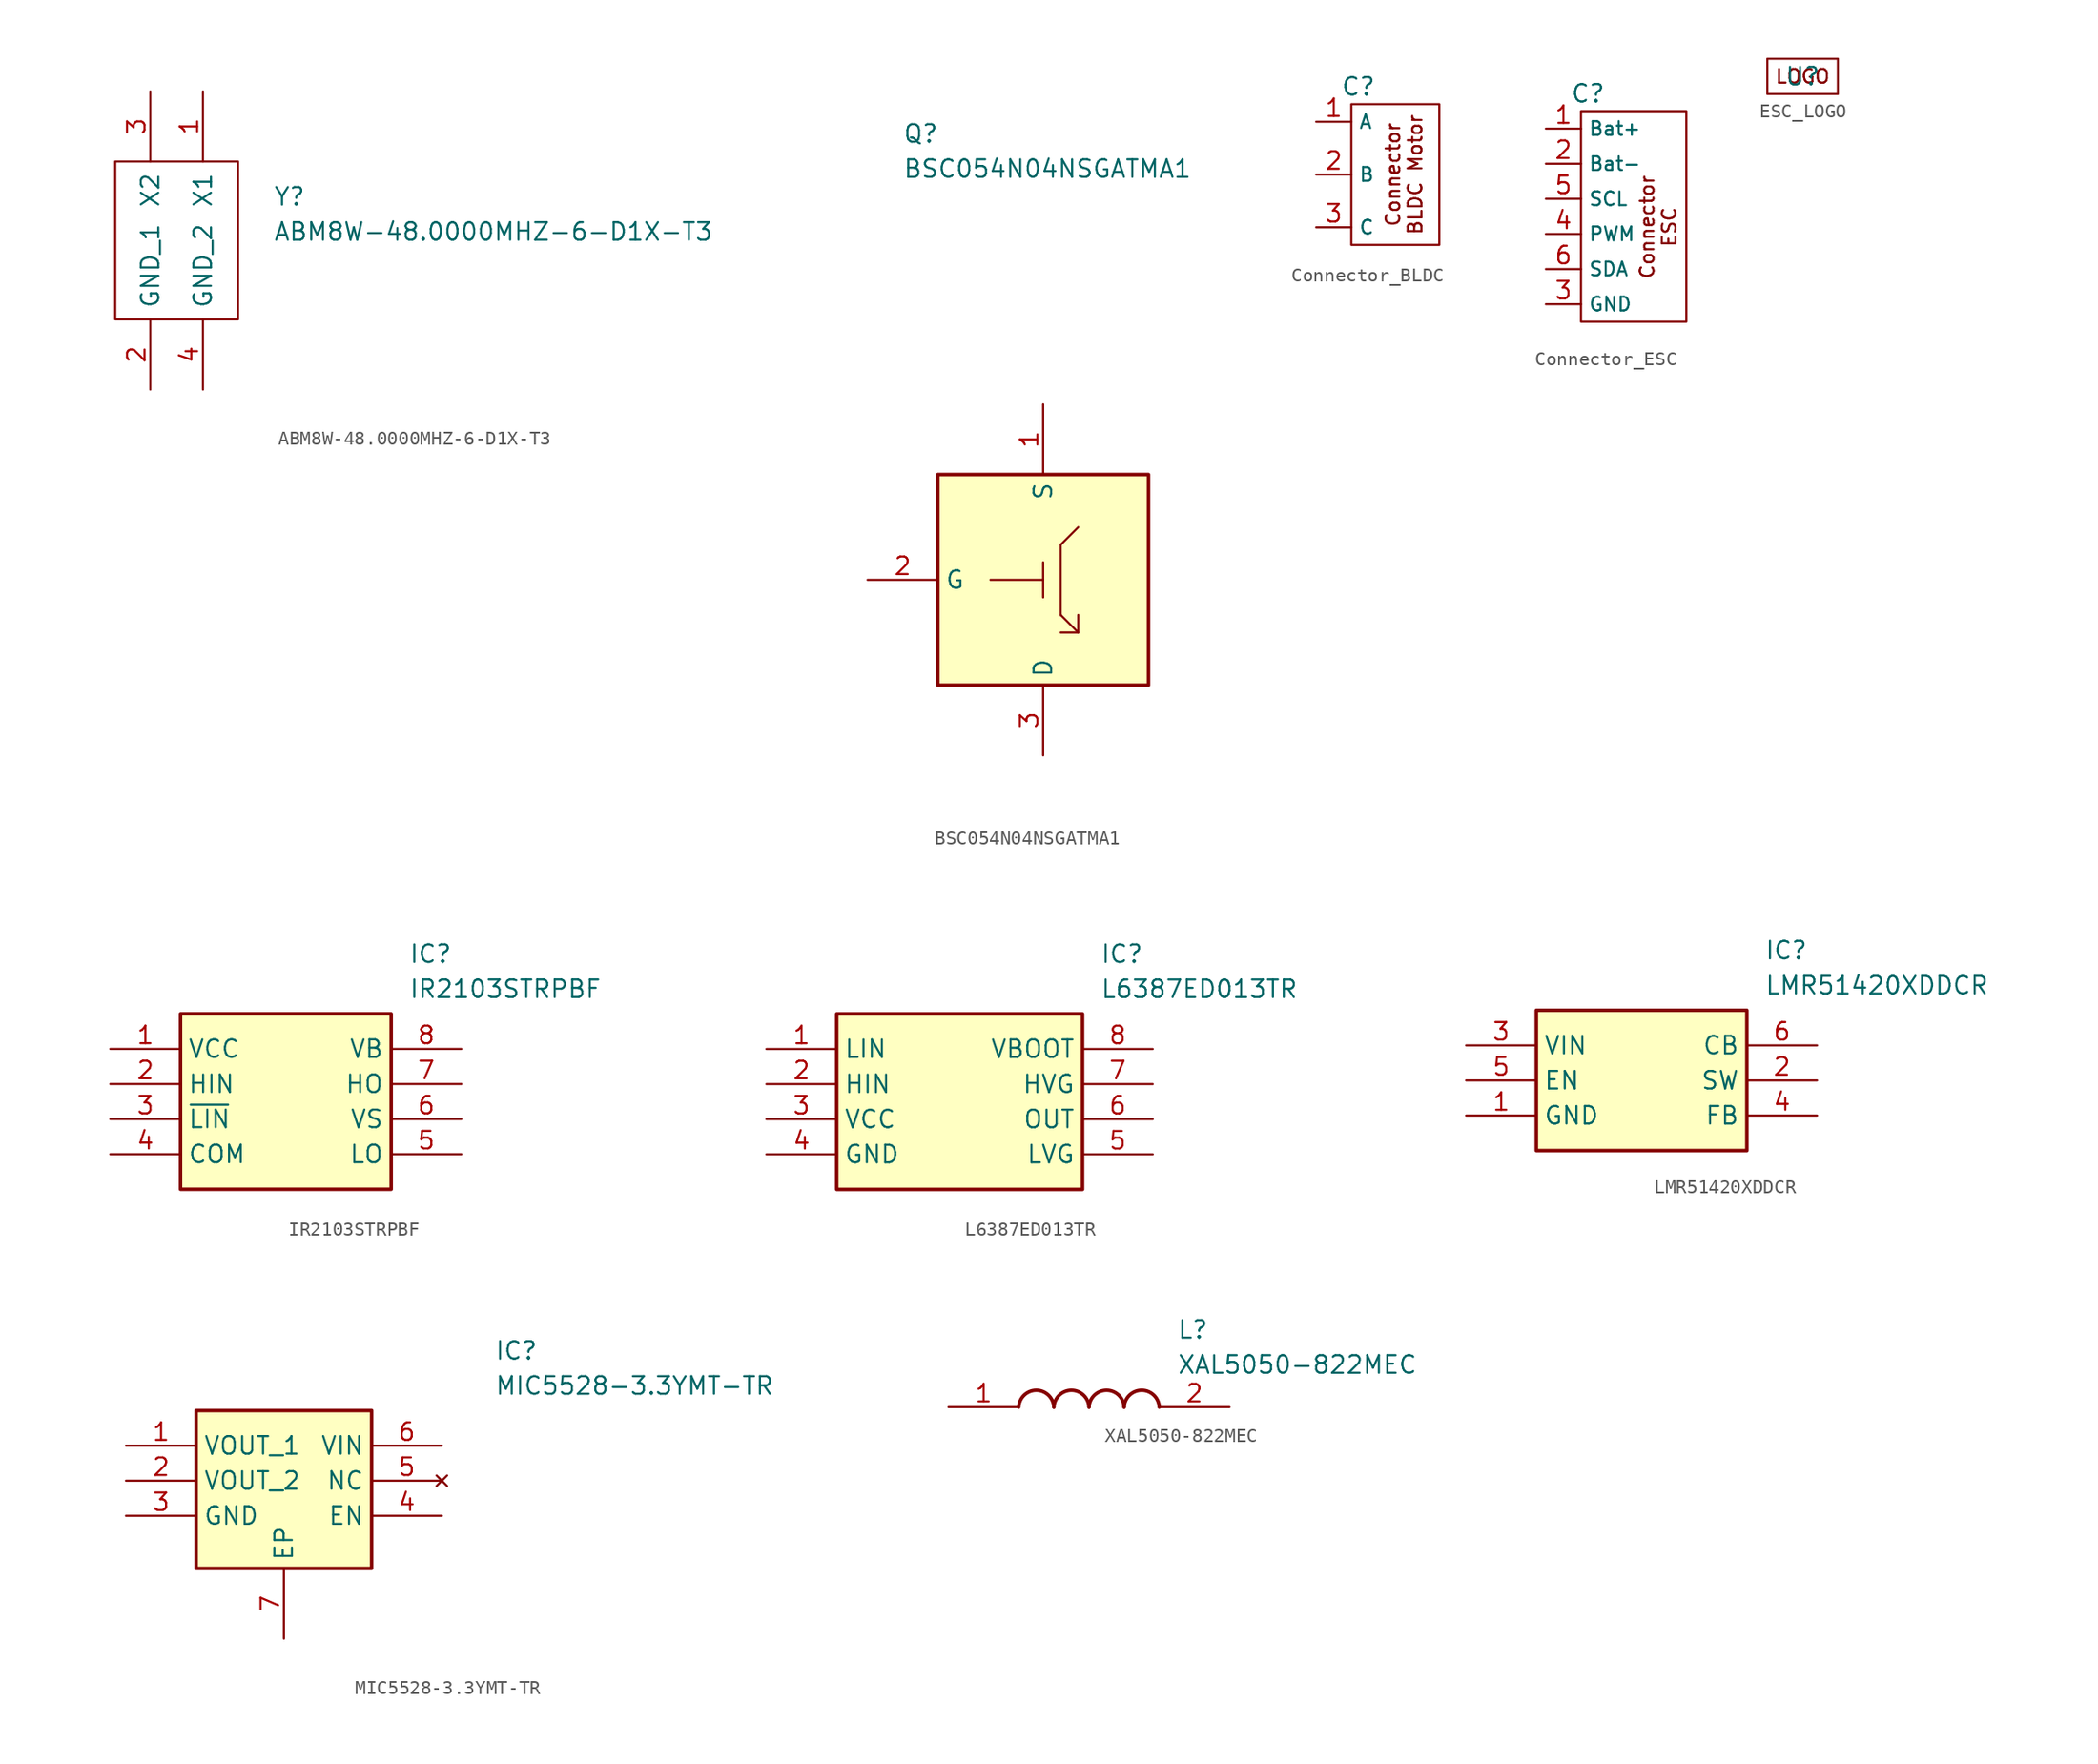
<source format=kicad_sym>
(kicad_symbol_lib
  (version 20231120)
  (generator "kicad_symbol_editor")
  (generator_version "8.0")
  (symbol "ABM8W-48.0000MHZ-6-D1X-T3"
    (pin_names
      (offset 0.762))
    (property "Reference" "Y"
      (at 15.24 -13.97 0)
      (effects (font (size 1.27 1.27)) (justify left)))
    (property "Value" "ABM8W-48.0000MHZ-6-D1X-T3"
      (at 15.24 -16.51 0)
      (effects (font (size 1.27 1.27)) (justify left)))
    (symbol "ABM8W-48.0000MHZ-6-D1X-T3_0_0"
      (pin passive line (at 10.16 -6.35 270) (length 5.08) (name "X1" (effects (font (size 1.27 1.27)))) (number "1" (effects (font (size 1.27 1.27)))))
      (pin passive line (at 6.35 -27.94 90) (length 5.08) (name "GND_1" (effects (font (size 1.27 1.27)))) (number "2" (effects (font (size 1.27 1.27)))))
      (pin passive line (at 6.35 -6.35 270) (length 5.08) (name "X2" (effects (font (size 1.27 1.27)))) (number "3" (effects (font (size 1.27 1.27)))))
      (pin passive line (at 10.16 -27.94 90) (length 5.08) (name "GND_2" (effects (font (size 1.27 1.27)))) (number "4" (effects (font (size 1.27 1.27))))))
    (symbol "ABM8W-48.0000MHZ-6-D1X-T3_0_1"
      (rectangle (start 3.81 -11.43) (end 12.7 -22.86) (stroke (width 0) (type default)) (fill (type none)))))
  (symbol "BSC054N04NSGATMA1"
    (property "Reference" "Q"
      (at 21.59 7.62 0)
      (effects (font (size 1.27 1.27)) (justify left top)))
    (property "Value" "BSC054N04NSGATMA1"
      (at 21.59 5.08 0)
      (effects (font (size 1.27 1.27)) (justify left top)))
    (symbol "BSC054N04NSGATMA1_0_1"
      (polyline (pts (xy 27.94 -25.4) (xy 31.75 -25.4)) (stroke (width 0) (type default)) (fill (type none)))
      (polyline (pts (xy 31.75 -24.13) (xy 31.75 -26.67)) (stroke (width 0) (type default)) (fill (type none)))
      (polyline (pts (xy 33.02 -27.94) (xy 33.02 -27.94)) (stroke (width 0) (type default)) (fill (type none)))
      (polyline (pts (xy 33.02 -22.86) (xy 33.02 -27.94)) (stroke (width 0) (type default)) (fill (type none)))
      (polyline (pts (xy 33.02 -22.86) (xy 34.29 -21.59)) (stroke (width 0) (type default)) (fill (type none)))
      (polyline (pts (xy 34.29 -29.21) (xy 33.02 -27.94)) (stroke (width 0) (type default)) (fill (type none)))
      (polyline (pts (xy 34.29 -27.94) (xy 34.29 -29.21) (xy 33.02 -29.21)) (stroke (width 0) (type default)) (fill (type none))))
    (symbol "BSC054N04NSGATMA1_1_1"
      (rectangle (start 24.13 -17.78) (end 39.37 -33.02) (stroke (width 0.254) (type default)) (fill (type background)))
      (pin passive line (at 31.75 -12.7 270) (length 5.08) (name "S" (effects (font (size 1.27 1.27)))) (number "1" (effects (font (size 1.27 1.27)))))
      (pin passive line (at 19.05 -25.4 0) (length 5.08) (name "G" (effects (font (size 1.27 1.27)))) (number "2" (effects (font (size 1.27 1.27)))))
      (pin passive line (at 31.75 -38.1 90) (length 5.08) (name "D" (effects (font (size 1.27 1.27)))) (number "3" (effects (font (size 1.27 1.27)))))))
  (symbol "Connector_BLDC"
    (property "Reference" "C"
      (at -4.572 11.43 0)
      (effects (font (size 1.27 1.27))))
    (property "Value" ""
      (at -8.89 5.08 0)
      (effects (font (size 1.27 1.27))))
    (symbol "Connector_BLDC_0_1"
      (rectangle (start -5.08 10.16) (end 1.27 0) (stroke (width 0) (type default)) (fill (type none))))
    (symbol "Connector_BLDC_1_1"
      (text "Connector\nBLDC Motor" (at -1.27 5.08 900) (effects (font (size 0.991 0.991))))
      (pin input line (at -7.62 8.89 0) (length 2.54) (name "A" (effects (font (size 0.991 0.991)))) (number "1" (effects (font (size 1.27 1.27)))))
      (pin input line (at -7.62 5.08 0) (length 2.54) (name "B" (effects (font (size 0.991 0.991)))) (number "2" (effects (font (size 1.27 1.27)))))
      (pin input line (at -7.62 1.27 0) (length 2.54) (name "C" (effects (font (size 0.991 0.991)))) (number "3" (effects (font (size 1.27 1.27)))))))
  (symbol "Connector_ESC"
    (property "Reference" "C"
      (at -4.572 11.43 0)
      (effects (font (size 1.27 1.27))))
    (property "Value" ""
      (at -8.89 5.08 0)
      (effects (font (size 1.27 1.27))))
    (symbol "Connector_ESC_0_1"
      (rectangle (start -5.08 10.16) (end 2.54 -5.08) (stroke (width 0) (type default)) (fill (type none))))
    (symbol "Connector_ESC_1_1"
      (text "Connector\nESC" (at 0.508 1.778 900) (effects (font (size 0.991 0.991))))
      (pin input line (at -7.62 8.89 0) (length 2.54) (name "Bat+" (effects (font (size 0.991 0.991)))) (number "1" (effects (font (size 1.27 1.27)))))
      (pin input line (at -7.62 6.35 0) (length 2.54) (name "Bat-" (effects (font (size 0.991 0.991)))) (number "2" (effects (font (size 1.27 1.27)))))
      (pin input line (at -7.62 -3.81 0) (length 2.54) (name "GND" (effects (font (size 0.991 0.991)))) (number "3" (effects (font (size 1.27 1.27)))))
      (pin input line (at -7.62 1.27 0) (length 2.54) (name "PWM" (effects (font (size 0.991 0.991)))) (number "4" (effects (font (size 1.27 1.27)))))
      (pin input line (at -7.62 3.81 0) (length 2.54) (name "SCL" (effects (font (size 0.991 0.991)))) (number "5" (effects (font (size 1.27 1.27)))))
      (pin input line (at -7.62 -1.27 0) (length 2.54) (name "SDA" (effects (font (size 0.991 0.991)))) (number "6" (effects (font (size 1.27 1.27)))))))
  (symbol "ESC_LOGO"
    (property "Reference" "U"
      (at 0 0 0)
      (effects (font (size 1.27 1.27))))
    (property "Value" ""
      (at 0 0 0)
      (effects (font (size 1.27 1.27))))
    (symbol "ESC_LOGO_1_1"
      (rectangle (start -2.54 1.27) (end 2.54 -1.27) (stroke (width 0) (type default)) (fill (type none)))
      (text "LOGO" (at 0 0 0) (effects (font (size 0.991 0.991))))))
  (symbol "IR2103STRPBF"
    (property "Reference" "IC"
      (at 21.59 7.62 0)
      (effects (font (size 1.27 1.27)) (justify left top)))
    (property "Value" "IR2103STRPBF"
      (at 21.59 5.08 0)
      (effects (font (size 1.27 1.27)) (justify left top)))
    (symbol "IR2103STRPBF_1_1"
      (rectangle (start 5.08 2.54) (end 20.32 -10.16) (stroke (width 0.254) (type default)) (fill (type background)))
      (pin passive line (at 0 0 0) (length 5.08) (name "VCC" (effects (font (size 1.27 1.27)))) (number "1" (effects (font (size 1.27 1.27)))))
      (pin passive line (at 0 -2.54 0) (length 5.08) (name "HIN" (effects (font (size 1.27 1.27)))) (number "2" (effects (font (size 1.27 1.27)))))
      (pin passive line (at 0 -5.08 0) (length 5.08) (name "~{LIN}" (effects (font (size 1.27 1.27)))) (number "3" (effects (font (size 1.27 1.27)))))
      (pin passive line (at 0 -7.62 0) (length 5.08) (name "COM" (effects (font (size 1.27 1.27)))) (number "4" (effects (font (size 1.27 1.27)))))
      (pin passive line (at 25.4 -7.62 180) (length 5.08) (name "LO" (effects (font (size 1.27 1.27)))) (number "5" (effects (font (size 1.27 1.27)))))
      (pin passive line (at 25.4 -5.08 180) (length 5.08) (name "VS" (effects (font (size 1.27 1.27)))) (number "6" (effects (font (size 1.27 1.27)))))
      (pin passive line (at 25.4 -2.54 180) (length 5.08) (name "HO" (effects (font (size 1.27 1.27)))) (number "7" (effects (font (size 1.27 1.27)))))
      (pin passive line (at 25.4 0 180) (length 5.08) (name "VB" (effects (font (size 1.27 1.27)))) (number "8" (effects (font (size 1.27 1.27)))))))
  (symbol "L6387ED013TR"
    (property "Reference" "IC"
      (at 24.13 7.62 0)
      (effects (font (size 1.27 1.27)) (justify left top)))
    (property "Value" "L6387ED013TR"
      (at 24.13 5.08 0)
      (effects (font (size 1.27 1.27)) (justify left top)))
    (symbol "L6387ED013TR_1_1"
      (rectangle (start 5.08 2.54) (end 22.86 -10.16) (stroke (width 0.254) (type default)) (fill (type background)))
      (pin passive line (at 0 0 0) (length 5.08) (name "LIN" (effects (font (size 1.27 1.27)))) (number "1" (effects (font (size 1.27 1.27)))))
      (pin passive line (at 0 -2.54 0) (length 5.08) (name "HIN" (effects (font (size 1.27 1.27)))) (number "2" (effects (font (size 1.27 1.27)))))
      (pin passive line (at 0 -5.08 0) (length 5.08) (name "VCC" (effects (font (size 1.27 1.27)))) (number "3" (effects (font (size 1.27 1.27)))))
      (pin passive line (at 0 -7.62 0) (length 5.08) (name "GND" (effects (font (size 1.27 1.27)))) (number "4" (effects (font (size 1.27 1.27)))))
      (pin passive line (at 27.94 -7.62 180) (length 5.08) (name "LVG" (effects (font (size 1.27 1.27)))) (number "5" (effects (font (size 1.27 1.27)))))
      (pin passive line (at 27.94 -5.08 180) (length 5.08) (name "OUT" (effects (font (size 1.27 1.27)))) (number "6" (effects (font (size 1.27 1.27)))))
      (pin passive line (at 27.94 -2.54 180) (length 5.08) (name "HVG" (effects (font (size 1.27 1.27)))) (number "7" (effects (font (size 1.27 1.27)))))
      (pin passive line (at 27.94 0 180) (length 5.08) (name "VBOOT" (effects (font (size 1.27 1.27)))) (number "8" (effects (font (size 1.27 1.27)))))))
  (symbol "LMR51420XDDCR"
    (property "Reference" "IC"
      (at 21.59 7.62 0)
      (effects (font (size 1.27 1.27)) (justify left top)))
    (property "Value" "LMR51420XDDCR"
      (at 21.59 5.08 0)
      (effects (font (size 1.27 1.27)) (justify left top)))
    (symbol "LMR51420XDDCR_1_1"
      (rectangle (start 5.08 2.54) (end 20.32 -7.62) (stroke (width 0.254) (type default)) (fill (type background)))
      (pin passive line (at 0 -5.08 0) (length 5.08) (name "GND" (effects (font (size 1.27 1.27)))) (number "1" (effects (font (size 1.27 1.27)))))
      (pin passive line (at 25.4 -2.54 180) (length 5.08) (name "SW" (effects (font (size 1.27 1.27)))) (number "2" (effects (font (size 1.27 1.27)))))
      (pin passive line (at 0 0 0) (length 5.08) (name "VIN" (effects (font (size 1.27 1.27)))) (number "3" (effects (font (size 1.27 1.27)))))
      (pin passive line (at 25.4 -5.08 180) (length 5.08) (name "FB" (effects (font (size 1.27 1.27)))) (number "4" (effects (font (size 1.27 1.27)))))
      (pin passive line (at 0 -2.54 0) (length 5.08) (name "EN" (effects (font (size 1.27 1.27)))) (number "5" (effects (font (size 1.27 1.27)))))
      (pin passive line (at 25.4 0 180) (length 5.08) (name "CB" (effects (font (size 1.27 1.27)))) (number "6" (effects (font (size 1.27 1.27)))))))
  (symbol "MIC5528-3.3YMT-TR"
    (property "Reference" "IC"
      (at 26.67 7.62 0)
      (effects (font (size 1.27 1.27)) (justify left top)))
    (property "Value" "MIC5528-3.3YMT-TR"
      (at 26.67 5.08 0)
      (effects (font (size 1.27 1.27)) (justify left top)))
    (symbol "MIC5528-3.3YMT-TR_1_1"
      (rectangle (start 5.08 2.54) (end 17.78 -8.89) (stroke (width 0.254) (type default)) (fill (type background)))
      (pin passive line (at 0 0 0) (length 5.08) (name "VOUT_1" (effects (font (size 1.27 1.27)))) (number "1" (effects (font (size 1.27 1.27)))))
      (pin passive line (at 0 -2.54 0) (length 5.08) (name "VOUT_2" (effects (font (size 1.27 1.27)))) (number "2" (effects (font (size 1.27 1.27)))))
      (pin passive line (at 0 -5.08 0) (length 5.08) (name "GND" (effects (font (size 1.27 1.27)))) (number "3" (effects (font (size 1.27 1.27)))))
      (pin passive line (at 22.86 -5.08 180) (length 5.08) (name "EN" (effects (font (size 1.27 1.27)))) (number "4" (effects (font (size 1.27 1.27)))))
      (pin no_connect line (at 22.86 -2.54 180) (length 5.08) (name "NC" (effects (font (size 1.27 1.27)))) (number "5" (effects (font (size 1.27 1.27)))))
      (pin passive line (at 22.86 0 180) (length 5.08) (name "VIN" (effects (font (size 1.27 1.27)))) (number "6" (effects (font (size 1.27 1.27)))))
      (pin passive line (at 11.43 -13.97 90) (length 5.08) (name "EP" (effects (font (size 1.27 1.27)))) (number "7" (effects (font (size 1.27 1.27)))))))
  (symbol "XAL5050-822MEC"
    (pin_names hide)
    (property "Reference" "L"
      (at 16.51 6.35 0)
      (effects (font (size 1.27 1.27)) (justify left top)))
    (property "Value" "XAL5050-822MEC"
      (at 16.51 3.81 0)
      (effects (font (size 1.27 1.27)) (justify left top)))
    (symbol "XAL5050-822MEC_1_1"
      (arc (start 7.62 0) (mid 6.35 1.219) (end 5.08 0) (stroke (width 0.254) (type default)) (fill (type none)))
      (arc (start 10.16 0) (mid 8.89 1.219) (end 7.62 0) (stroke (width 0.254) (type default)) (fill (type none)))
      (arc (start 12.7 0) (mid 11.43 1.219) (end 10.16 0) (stroke (width 0.254) (type default)) (fill (type none)))
      (arc (start 15.24 0) (mid 13.97 1.219) (end 12.7 0) (stroke (width 0.254) (type default)) (fill (type none)))
      (pin passive line (at 0 0 0) (length 5.08) (name "1" (effects (font (size 1.27 1.27)))) (number "1" (effects (font (size 1.27 1.27)))))
      (pin passive line (at 20.32 0 180) (length 5.08) (name "2" (effects (font (size 1.27 1.27)))) (number "2" (effects (font (size 1.27 1.27))))))))
</source>
